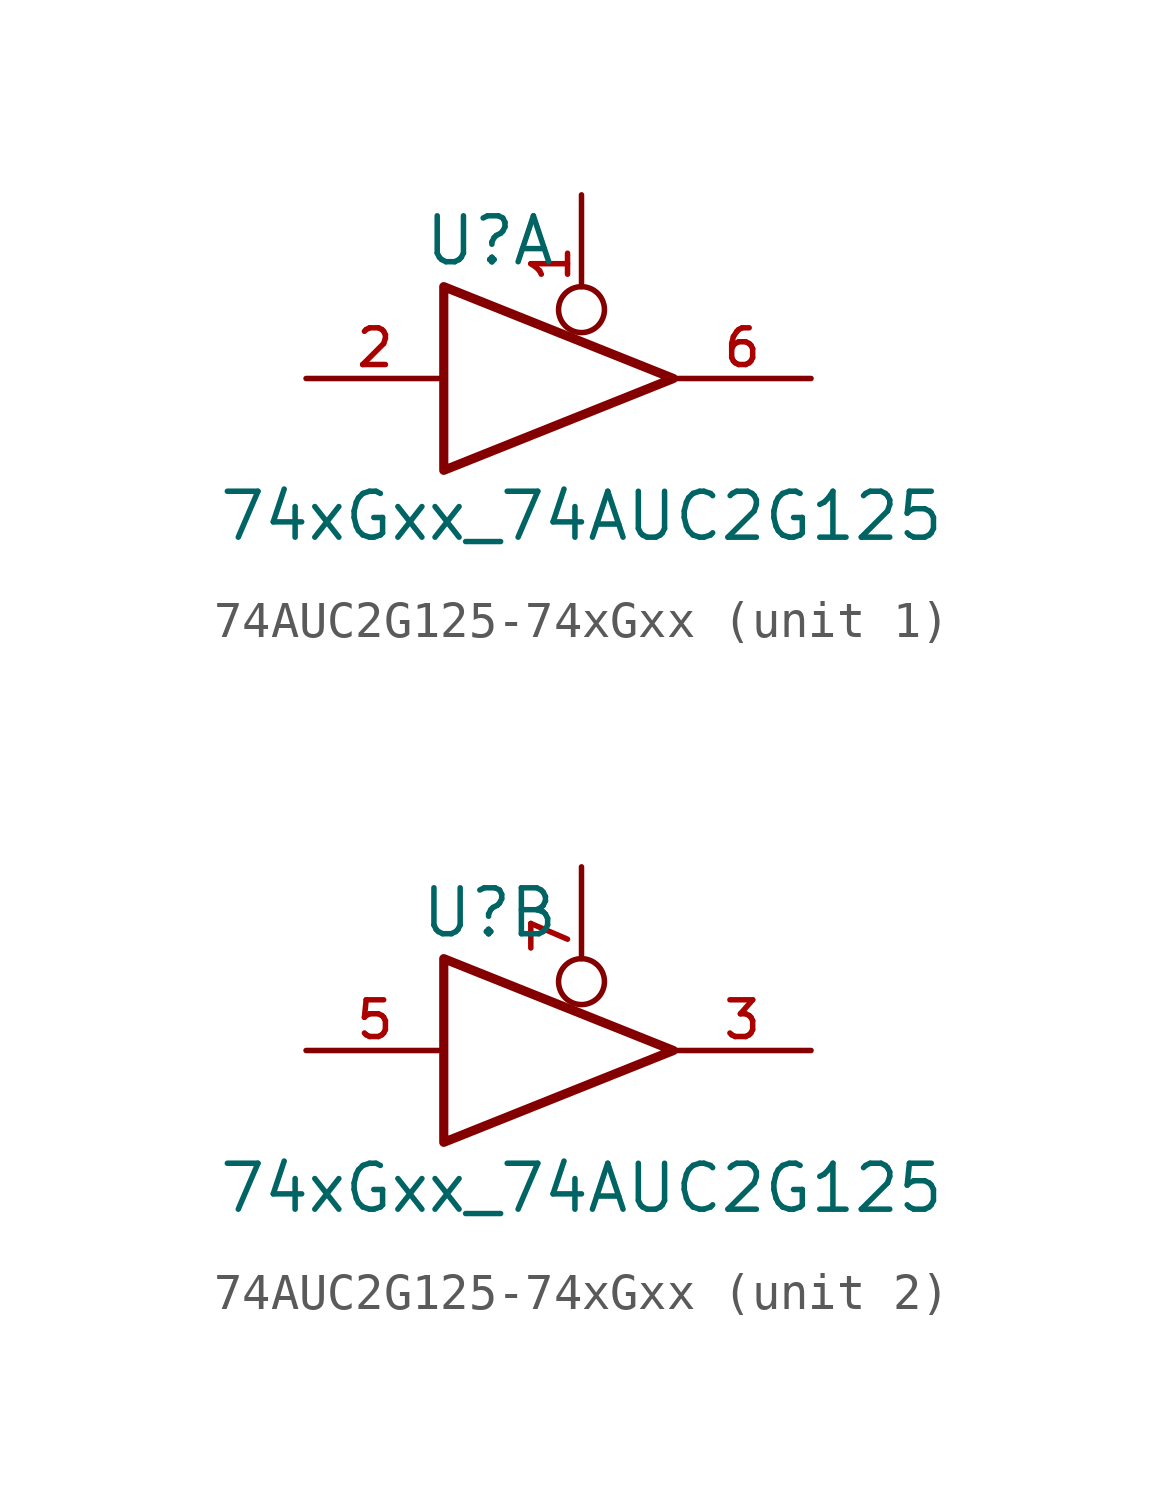
<source format=kicad_sym>
(kicad_symbol_lib
  (version 20220914)
  (generator kicad_symbol_editor)
  (symbol "74AUC2G125-74xGxx"
    (pin_names
      (offset 1.016))
    (property "Reference" "U"
      (at -2.54 3.81 0)
      (effects (font (size 1.27 1.27))))
    (property "Value" "74xGxx_74AUC2G125"
      (at 0 -3.81 0)
      (effects (font (size 1.27 1.27))))
    (symbol "74AUC2G125-74xGxx_0_1"
      (polyline (pts (xy -3.81 2.54) (xy -3.81 -2.54) (xy 2.54 0) (xy -3.81 2.54)) (stroke (width 0.254) (type solid)) (fill (type none)))
      (pin power_in line (at 1.27 -1.27 270) (length 0) hide (name "GND" (effects (font (size 1.016 1.016)))) (number "4" (effects (font (size 1.016 1.016)))))
      (pin power_in line (at 1.27 1.27 90) (length 0) hide (name "VCC" (effects (font (size 1.016 1.016)))) (number "8" (effects (font (size 1.016 1.016))))))
    (symbol "74AUC2G125-74xGxx_1_1"
      (pin input inverted (at 0 5.08 270) (length 3.81) (name "~" (effects (font (size 1.016 1.016)))) (number "1" (effects (font (size 1.016 1.016)))))
      (pin input line (at -7.62 0 0) (length 3.81) (name "~" (effects (font (size 1.016 1.016)))) (number "2" (effects (font (size 1.016 1.016)))))
      (pin tri_state line (at 6.35 0 180) (length 3.81) (name "~" (effects (font (size 1.016 1.016)))) (number "6" (effects (font (size 1.016 1.016))))))
    (symbol "74AUC2G125-74xGxx_2_1"
      (pin tri_state line (at 6.35 0 180) (length 3.81) (name "~" (effects (font (size 1.016 1.016)))) (number "3" (effects (font (size 1.016 1.016)))))
      (pin input line (at -7.62 0 0) (length 3.81) (name "~" (effects (font (size 1.016 1.016)))) (number "5" (effects (font (size 1.016 1.016)))))
      (pin input inverted (at 0 5.08 270) (length 3.81) (name "~" (effects (font (size 1.016 1.016)))) (number "7" (effects (font (size 1.016 1.016))))))))
</source>
